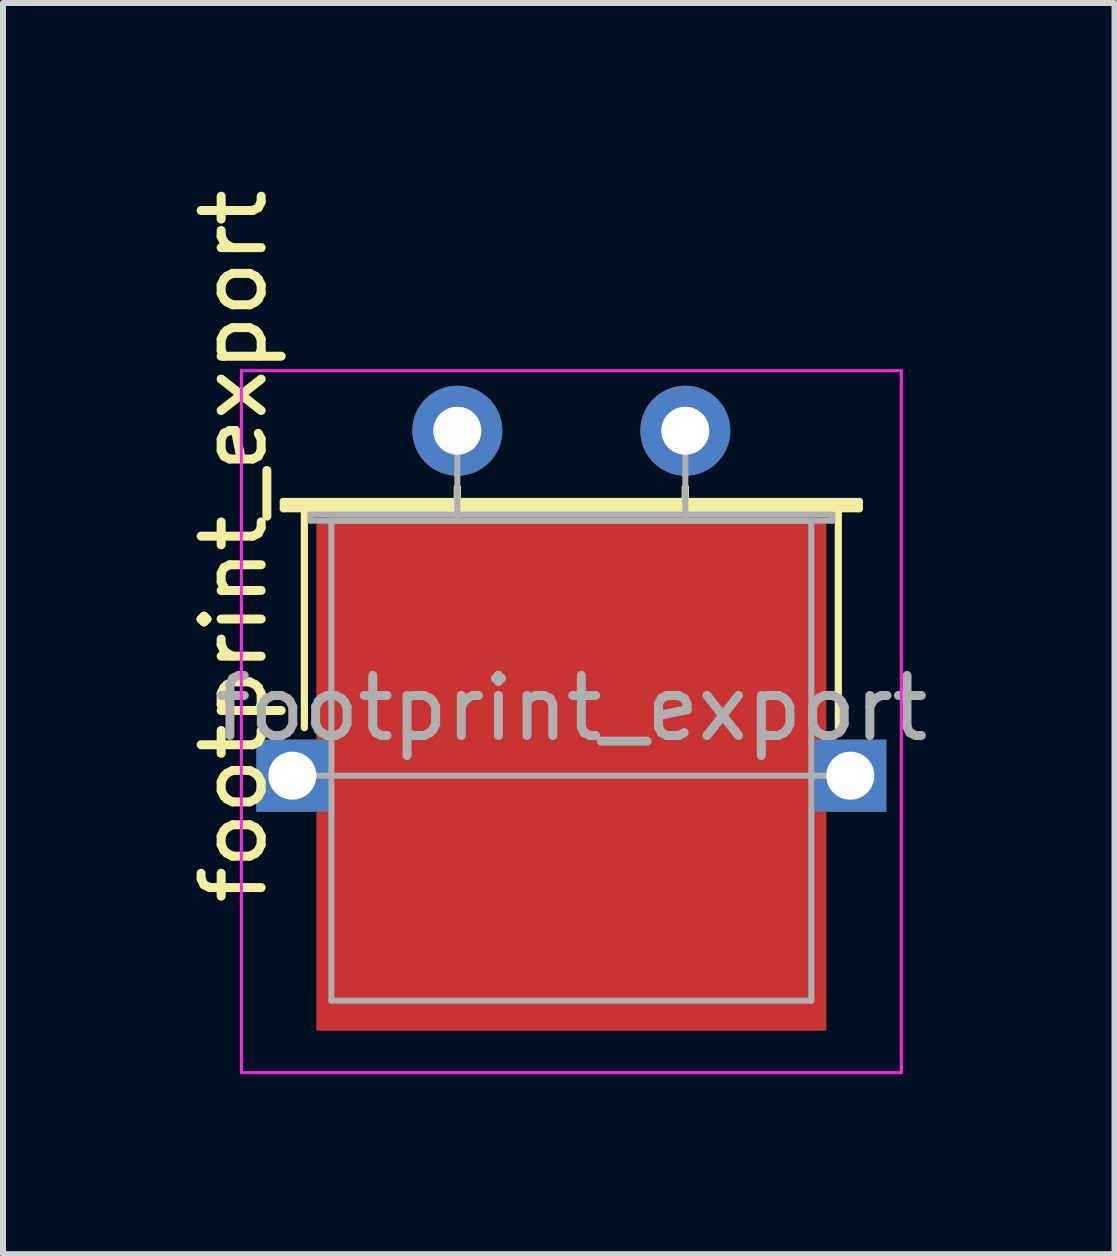
<source format=kicad_pcb>
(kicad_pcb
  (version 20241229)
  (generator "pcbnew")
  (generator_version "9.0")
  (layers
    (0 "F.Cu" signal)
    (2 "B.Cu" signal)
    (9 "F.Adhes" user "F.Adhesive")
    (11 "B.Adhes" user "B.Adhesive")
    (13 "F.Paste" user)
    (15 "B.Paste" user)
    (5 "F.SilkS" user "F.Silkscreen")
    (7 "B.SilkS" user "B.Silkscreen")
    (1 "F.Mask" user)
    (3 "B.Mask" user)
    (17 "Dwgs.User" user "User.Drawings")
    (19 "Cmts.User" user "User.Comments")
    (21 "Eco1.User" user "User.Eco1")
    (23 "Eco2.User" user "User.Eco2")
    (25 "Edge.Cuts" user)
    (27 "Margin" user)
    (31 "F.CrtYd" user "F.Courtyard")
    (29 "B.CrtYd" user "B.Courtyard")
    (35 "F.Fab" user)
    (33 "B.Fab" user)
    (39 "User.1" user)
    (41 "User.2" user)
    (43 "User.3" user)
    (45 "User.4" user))
  (footprint "footprint_export"
    (layer "F.Cu")
    (at 4.573 4.129)
    (property "Reference" "footprint_export" (at -3.725 1.925 90) (layer "F.SilkS") (effects (font (size 1 1) (thickness 0.15))))
    (attr through_hole)
    (fp_line (start -2.9 1.18) (end 6.7 1.18) (stroke (width 0.12) (type solid)) (layer "F.SilkS"))
    (fp_line (start -2.9 1.3) (end -2.9 1.18) (stroke (width 0.12) (type solid)) (layer "F.SilkS"))
    (fp_line (start -2.55 1.3) (end 6.35 1.3) (stroke (width 0.12) (type solid)) (layer "F.SilkS"))
    (fp_line (start -2.55 4.95) (end -2.55 1.3) (stroke (width 0.12) (type solid)) (layer "F.SilkS"))
    (fp_line (start 0 0.95) (end 0 0.95) (stroke (width 0.12) (type solid)) (layer "F.SilkS"))
    (fp_line (start 0 1.3) (end 0 0.95) (stroke (width 0.12) (type solid)) (layer "F.SilkS"))
    (fp_line (start 3.8 0.95) (end 3.8 0.95) (stroke (width 0.12) (type solid)) (layer "F.SilkS"))
    (fp_line (start 3.8 1.3) (end 3.8 0.95) (stroke (width 0.12) (type solid)) (layer "F.SilkS"))
    (fp_line (start 6.35 1.3) (end 6.35 4.95) (stroke (width 0.12) (type solid)) (layer "F.SilkS"))
    (fp_line (start 6.7 1.18) (end 6.7 1.3) (stroke (width 0.12) (type solid)) (layer "F.SilkS"))
    (fp_line (start 6.7 1.3) (end -2.9 1.3) (stroke (width 0.12) (type solid)) (layer "F.SilkS"))
    (fp_line (start -3.6 -1) (end -3.6 10.7) (stroke (width 0.05) (type solid)) (layer "F.CrtYd"))
    (fp_line (start -3.6 10.7) (end 7.4 10.7) (stroke (width 0.05) (type solid)) (layer "F.CrtYd"))
    (fp_line (start 7.4 -1) (end -3.6 -1) (stroke (width 0.05) (type solid)) (layer "F.CrtYd"))
    (fp_line (start 7.4 10.7) (end 7.4 -1) (stroke (width 0.05) (type solid)) (layer "F.CrtYd"))
    (fp_line (start -2.75 5.75) (end 6.55 5.75) (stroke (width 0.1) (type solid)) (layer "F.Fab"))
    (fp_line (start -2.45 1.4) (end 6.25 1.4) (stroke (width 0.1) (type solid)) (layer "F.Fab"))
    (fp_line (start -2.45 1.5) (end -2.45 1.4) (stroke (width 0.1) (type solid)) (layer "F.Fab"))
    (fp_line (start -2.1 1.5) (end -2.1 9.5) (stroke (width 0.1) (type solid)) (layer "F.Fab"))
    (fp_line (start -2.1 9.5) (end 5.9 9.5) (stroke (width 0.1) (type solid)) (layer "F.Fab"))
    (fp_line (start 0 0.75) (end 0 0) (stroke (width 0.1) (type solid)) (layer "F.Fab"))
    (fp_line (start 0 1.5) (end 0 0.75) (stroke (width 0.1) (type solid)) (layer "F.Fab"))
    (fp_line (start 3.8 0.75) (end 3.8 0) (stroke (width 0.1) (type solid)) (layer "F.Fab"))
    (fp_line (start 3.8 1.5) (end 3.8 0.75) (stroke (width 0.1) (type solid)) (layer "F.Fab"))
    (fp_line (start 5.9 1.5) (end -2.1 1.5) (stroke (width 0.1) (type solid)) (layer "F.Fab"))
    (fp_line (start 5.9 9.5) (end 5.9 1.5) (stroke (width 0.1) (type solid)) (layer "F.Fab"))
    (fp_line (start 6.25 1.4) (end 6.25 1.5) (stroke (width 0.1) (type solid)) (layer "F.Fab"))
    (fp_line (start 6.25 1.5) (end -2.45 1.5) (stroke (width 0.1) (type solid)) (layer "F.Fab"))
    (fp_text user "${REFERENCE}" (at 1.9 4.625 0) (layer "F.Fab") (effects (font (size 1 1) (thickness 0.15))))
    (pad "1" thru_hole circle (at 0 0) (size 1.5 1.5) (drill 0.8) (layers "*.Cu" "*.Mask"))
    (pad "2" thru_hole circle (at 3.8 0) (size 1.5 1.5) (drill 0.8) (layers "*.Cu" "*.Mask"))
    (pad "3" thru_hole rect (at -2.75 5.75) (size 1.2 1.2) (drill 0.8) (layers "*.Cu" "*.Mask"))
    (pad "3" smd rect (at 1.9 5.75) (size 8.5 8.5) (layers "F.Cu" "F.Mask" "F.Paste"))
    (pad "3" thru_hole rect (at 6.55 5.75) (size 1.2 1.2) (drill 0.8) (layers "*.Cu" "*.Mask")))
  (gr_rect
    (start -3 -3)
    (end 15.527 17.854)
    (stroke (width 0.1) (type default))
    (fill no)
    (layer "Edge.Cuts")))
</source>
